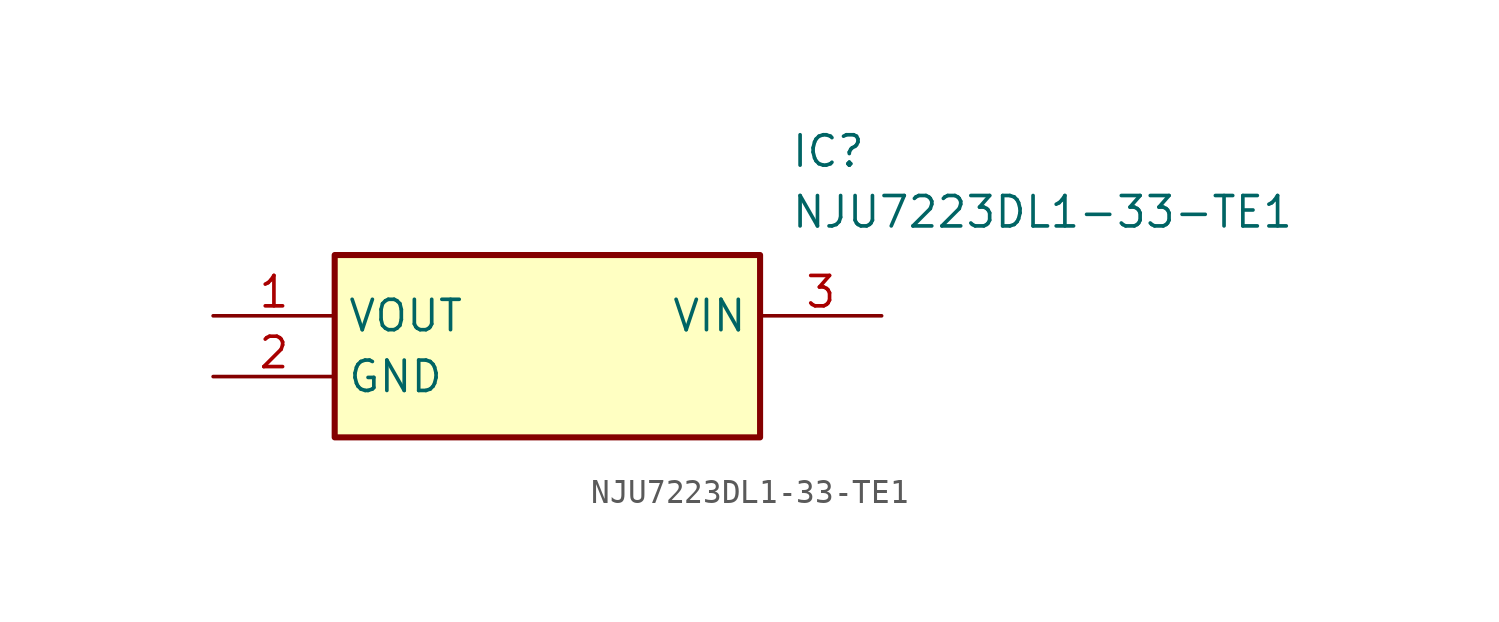
<source format=kicad_sym>
(kicad_symbol_lib
  (version 20211014)
  (generator SamacSys_ECAD_Model)
  (symbol "NJU7223DL1-33-TE1"
    (property "Reference" "IC"
      (at 24.13 7.62 0)
      (effects (font (size 1.27 1.27)) (justify left top)))
    (property "Value" "NJU7223DL1-33-TE1"
      (at 24.13 5.08 0)
      (effects (font (size 1.27 1.27)) (justify left top)))
    (rectangle
      (start 5.08 2.54)
      (end 22.86 -5.08)
      (stroke (width 0.254) (type default))
      (fill (type background)))
    (pin passive line
      (at 0 0 0)
      (length 5.08)
      (name "VOUT" (effects (font (size 1.27 1.27))))
      (number "1" (effects (font (size 1.27 1.27)))))
    (pin passive line
      (at 0 -2.54 0)
      (length 5.08)
      (name "GND" (effects (font (size 1.27 1.27))))
      (number "2" (effects (font (size 1.27 1.27)))))
    (pin passive line
      (at 27.94 0 180)
      (length 5.08)
      (name "VIN" (effects (font (size 1.27 1.27))))
      (number "3" (effects (font (size 1.27 1.27)))))))
</source>
